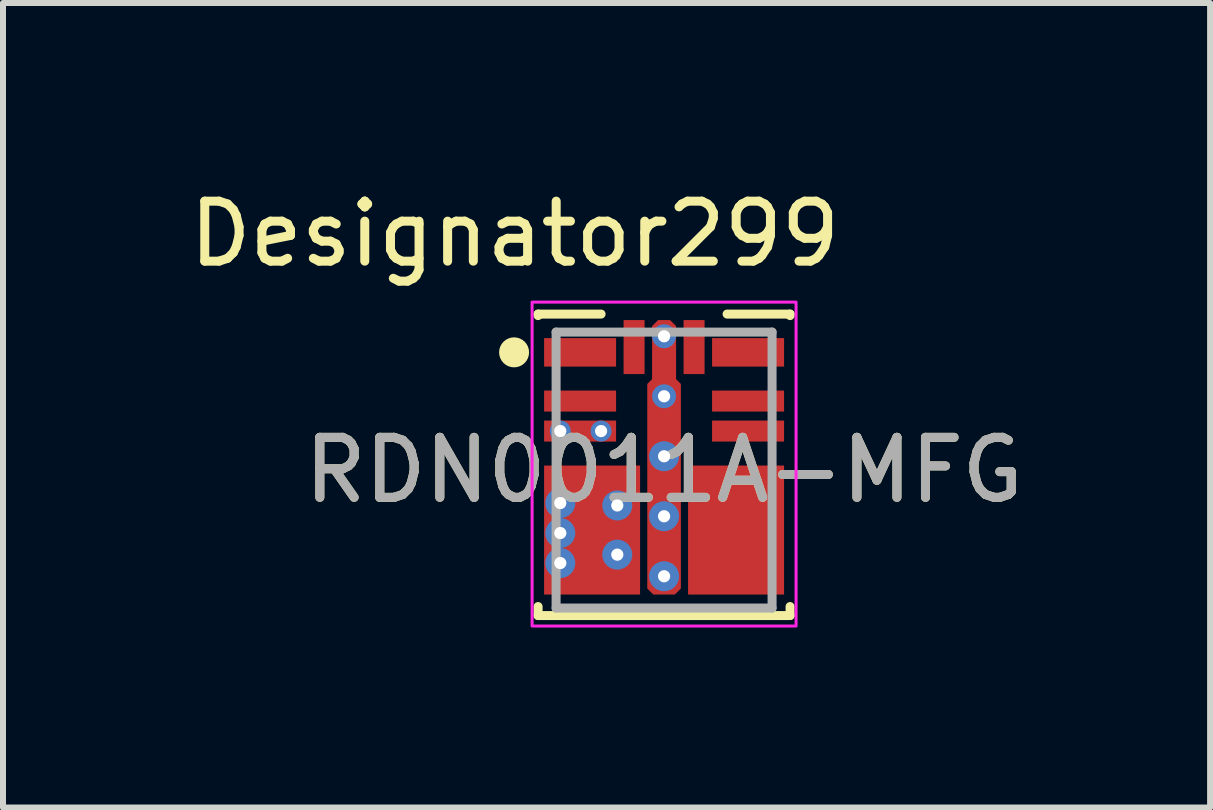
<source format=kicad_pcb>
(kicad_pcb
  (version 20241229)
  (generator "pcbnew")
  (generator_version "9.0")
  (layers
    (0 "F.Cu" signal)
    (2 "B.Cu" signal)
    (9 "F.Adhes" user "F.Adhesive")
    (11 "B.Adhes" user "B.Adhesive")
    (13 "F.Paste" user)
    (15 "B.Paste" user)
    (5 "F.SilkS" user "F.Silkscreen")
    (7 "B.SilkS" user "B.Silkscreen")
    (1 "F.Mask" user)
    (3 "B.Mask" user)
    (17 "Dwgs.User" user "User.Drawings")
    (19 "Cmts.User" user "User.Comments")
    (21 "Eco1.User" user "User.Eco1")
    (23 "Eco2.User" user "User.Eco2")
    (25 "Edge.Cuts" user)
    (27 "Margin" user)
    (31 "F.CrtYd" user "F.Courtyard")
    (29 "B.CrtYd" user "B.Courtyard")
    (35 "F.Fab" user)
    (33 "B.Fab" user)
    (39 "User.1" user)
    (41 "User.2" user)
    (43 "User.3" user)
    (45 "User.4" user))
  (footprint "RDN0011A-MFG"
    (layer "F.Cu")
    (at 8.019 4.785)
    (property "Reference" "RDN0011A-MFG" (at 0 0 0) (unlocked yes) (layer "F.SilkS") (effects (font (size 1 1) (thickness 0.15))))
    (attr through_hole)
    (fp_poly (pts (xy -1.95 -2.099) (xy -1.9 -2.15) (xy -0.9 -2.15) (xy -0.85 -2.099) (xy -0.85 -1.825) (xy -0.9 -1.774) (xy -1.9 -1.774) (xy -1.95 -1.825)) (stroke (width 0) (type solid)) (fill yes) (layer "F.Mask"))
    (fp_poly (pts (xy -1.9 -1.025) (xy -1.95 -1.075) (xy -1.95 -1.225) (xy -1.9 -1.275) (xy -0.9 -1.275) (xy -0.85 -1.225) (xy -0.85 -1.075) (xy -0.9 -1.025)) (stroke (width 0) (type solid)) (fill yes) (layer "F.Mask"))
    (fp_poly (pts (xy -0.9 -0.775) (xy -0.85 -0.725) (xy -0.85 -0.575) (xy -0.9 -0.525) (xy -1.9 -0.525) (xy -1.95 -0.575) (xy -1.95 -0.725) (xy -1.9 -0.775)) (stroke (width 0) (type solid)) (fill yes) (layer "F.Mask"))
    (fp_poly (pts (xy -0.425 -1.65) (xy -0.575 -1.65) (xy -0.625 -1.7) (xy -0.625 -2.4) (xy -0.575 -2.45) (xy -0.425 -2.45) (xy -0.375 -2.4) (xy -0.375 -1.7)) (stroke (width 0) (type solid)) (fill yes) (layer "F.Mask"))
    (fp_poly (pts (xy -0.15 -2.4) (xy -0.1 -2.45) (xy 0.1 -2.45) (xy 0.15 -2.4) (xy 0.15 -0.974) (xy 0.1 -0.924) (xy -0.1 -0.924) (xy -0.15 -0.974)) (stroke (width 0) (type solid)) (fill yes) (layer "F.Mask"))
    (fp_poly (pts (xy 0.575 -1.65) (xy 0.425 -1.65) (xy 0.375 -1.7) (xy 0.375 -2.4) (xy 0.425 -2.45) (xy 0.575 -2.45) (xy 0.625 -2.4) (xy 0.625 -1.7)) (stroke (width 0) (type solid)) (fill yes) (layer "F.Mask"))
    (fp_poly (pts (xy 0.85 -1.075) (xy 0.85 -1.225) (xy 0.9 -1.275) (xy 1.9 -1.275) (xy 1.95 -1.225) (xy 1.95 -1.075) (xy 1.9 -1.025) (xy 0.9 -1.025)) (stroke (width 0) (type solid)) (fill yes) (layer "F.Mask"))
    (fp_poly (pts (xy 0.85 -0.725) (xy 0.9 -0.775) (xy 1.9 -0.775) (xy 1.95 -0.725) (xy 1.95 -0.575) (xy 1.9 -0.525) (xy 0.9 -0.525) (xy 0.85 -0.575)) (stroke (width 0) (type solid)) (fill yes) (layer "F.Mask"))
    (fp_poly (pts (xy 1.95 -2.099) (xy 1.95 -1.825) (xy 1.9 -1.774) (xy 0.9 -1.774) (xy 0.85 -1.825) (xy 0.85 -2.099) (xy 0.9 -2.15) (xy 1.9 -2.15)) (stroke (width 0) (type solid)) (fill yes) (layer "F.Mask"))
    (fp_poly (pts (xy -0.5 2.025) (xy -0.45 1.975) (xy -0.45 0.025) (xy -0.5 -0.025) (xy -1.525 -0.025) (xy -1.575 0.025) (xy -1.575 0.125) (xy -1.625 0.175) (xy -1.9 0.175) (xy -1.95 0.225) (xy -1.95 0.375) (xy -1.9 0.425) (xy -1.625 0.425) (xy -1.575 0.475) (xy -1.575 0.625) (xy -1.625 0.675) (xy -1.9 0.675) (xy -1.95 0.725) (xy -1.95 0.875) (xy -1.9 0.925) (xy -1.625 0.925) (xy -1.575 0.975) (xy -1.575 1.125) (xy -1.625 1.175) (xy -1.9 1.175) (xy -1.95 1.225) (xy -1.95 1.375) (xy -1.9 1.425) (xy -1.625 1.425) (xy -1.575 1.475) (xy -1.575 1.625) (xy -1.625 1.675) (xy -1.9 1.675) (xy -1.95 1.725) (xy -1.95 1.875) (xy -1.9 1.925) (xy -1.625 1.925) (xy -1.575 1.975) (xy -1.575 1.975) (xy -1.525 2.025)) (stroke (width 0) (type solid)) (fill yes) (layer "F.Mask"))
    (fp_poly (pts (xy 0.5 2.025) (xy 0.45 1.975) (xy 0.45 0.025) (xy 0.5 -0.025) (xy 1.525 -0.025) (xy 1.575 0.025) (xy 1.575 0.125) (xy 1.625 0.175) (xy 1.9 0.175) (xy 1.95 0.225) (xy 1.95 0.375) (xy 1.9 0.425) (xy 1.625 0.425) (xy 1.575 0.475) (xy 1.575 0.625) (xy 1.625 0.675) (xy 1.9 0.675) (xy 1.95 0.725) (xy 1.95 0.875) (xy 1.9 0.925) (xy 1.625 0.925) (xy 1.575 0.975) (xy 1.575 1.125) (xy 1.625 1.175) (xy 1.9 1.175) (xy 1.95 1.225) (xy 1.95 1.375) (xy 1.9 1.425) (xy 1.625 1.425) (xy 1.575 1.475) (xy 1.575 1.625) (xy 1.625 1.675) (xy 1.9 1.675) (xy 1.95 1.725) (xy 1.95 1.875) (xy 1.9 1.925) (xy 1.625 1.925) (xy 1.575 1.975) (xy 1.575 1.975) (xy 1.525 2.025)) (stroke (width 0) (type solid)) (fill yes) (layer "F.Mask"))
    (fp_line (start -2.1 -2.6) (end -1.05 -2.6) (stroke (width 0.15) (type solid)) (layer "F.SilkS"))
    (fp_line (start -2.1 -2.575) (end -2.1 -2.6) (stroke (width 0.15) (type solid)) (layer "F.SilkS"))
    (fp_line (start -2.1 2.425) (end -2.1 2.275) (stroke (width 0.15) (type solid)) (layer "F.SilkS"))
    (fp_line (start -2.1 2.425) (end 2.1 2.425) (stroke (width 0.15) (type solid)) (layer "F.SilkS"))
    (fp_line (start 1.05 -2.6) (end 2.1 -2.6) (stroke (width 0.15) (type solid)) (layer "F.SilkS"))
    (fp_line (start 2.1 -2.575) (end 2.1 -2.6) (stroke (width 0.15) (type solid)) (layer "F.SilkS"))
    (fp_line (start 2.1 2.425) (end 2.1 2.275) (stroke (width 0.15) (type solid)) (layer "F.SilkS"))
    (fp_circle (center -2.5 -1.962) (end -2.375 -1.962) (stroke (width 0.25) (type solid)) (fill no) (layer "F.SilkS"))
    (fp_poly (pts (xy -1.95 -2.099) (xy -1.9 -2.15) (xy -0.9 -2.15) (xy -0.85 -2.099) (xy -0.85 -1.825) (xy -0.9 -1.774) (xy -1.9 -1.774) (xy -1.95 -1.825)) (stroke (width 0) (type solid)) (fill yes) (layer "F.Paste"))
    (fp_poly (pts (xy -1.9 -1.025) (xy -1.95 -1.075) (xy -1.95 -1.225) (xy -1.9 -1.275) (xy -0.9 -1.275) (xy -0.85 -1.225) (xy -0.85 -1.075) (xy -0.9 -1.025)) (stroke (width 0) (type solid)) (fill yes) (layer "F.Paste"))
    (fp_poly (pts (xy -1.575 0.225) (xy -1.575 0.375) (xy -1.625 0.425) (xy -1.9 0.425) (xy -1.95 0.375) (xy -1.95 0.225) (xy -1.9 0.175) (xy -1.625 0.175)) (stroke (width 0) (type solid)) (fill yes) (layer "F.Paste"))
    (fp_poly (pts (xy -1.575 0.725) (xy -1.575 0.875) (xy -1.625 0.925) (xy -1.9 0.925) (xy -1.95 0.875) (xy -1.95 0.725) (xy -1.9 0.675) (xy -1.625 0.675)) (stroke (width 0) (type solid)) (fill yes) (layer "F.Paste"))
    (fp_poly (pts (xy -1.575 1.225) (xy -1.575 1.375) (xy -1.625 1.425) (xy -1.9 1.425) (xy -1.95 1.375) (xy -1.95 1.225) (xy -1.9 1.175) (xy -1.625 1.175)) (stroke (width 0) (type solid)) (fill yes) (layer "F.Paste"))
    (fp_poly (pts (xy -1.575 1.725) (xy -1.575 1.875) (xy -1.625 1.925) (xy -1.9 1.925) (xy -1.95 1.875) (xy -1.95 1.725) (xy -1.9 1.675) (xy -1.625 1.675)) (stroke (width 0) (type solid)) (fill yes) (layer "F.Paste"))
    (fp_poly (pts (xy -1.38 0.443) (xy -1.38 0.028) (xy -1.33 -0.022) (xy -0.5 -0.022) (xy -0.45 0.028) (xy -0.45 0.443) (xy -0.5 0.493) (xy -1.33 0.493)) (stroke (width 0) (type solid)) (fill yes) (layer "F.Paste"))
    (fp_poly (pts (xy -1.33 1.31) (xy -1.38 1.26) (xy -1.38 0.74) (xy -1.33 0.69) (xy -0.5 0.69) (xy -0.45 0.74) (xy -0.45 1.26) (xy -0.5 1.31)) (stroke (width 0) (type solid)) (fill yes) (layer "F.Paste"))
    (fp_poly (pts (xy -1.33 1.512) (xy -0.5 1.512) (xy -0.45 1.562) (xy -0.45 1.977) (xy -0.5 2.027) (xy -1.33 2.027) (xy -1.38 1.977) (xy -1.38 1.562)) (stroke (width 0) (type solid)) (fill yes) (layer "F.Paste"))
    (fp_poly (pts (xy -0.9 -0.775) (xy -0.85 -0.725) (xy -0.85 -0.575) (xy -0.9 -0.525) (xy -1.9 -0.525) (xy -1.95 -0.575) (xy -1.95 -0.725) (xy -1.9 -0.775)) (stroke (width 0) (type solid)) (fill yes) (layer "F.Paste"))
    (fp_poly (pts (xy -0.425 -1.65) (xy -0.575 -1.65) (xy -0.625 -1.7) (xy -0.625 -2.4) (xy -0.575 -2.45) (xy -0.425 -2.45) (xy -0.375 -2.4) (xy -0.375 -1.7)) (stroke (width 0) (type solid)) (fill yes) (layer "F.Paste"))
    (fp_poly (pts (xy -0.15 -2.4) (xy -0.1 -2.45) (xy 0.1 -2.45) (xy 0.15 -2.4) (xy 0.15 -0.974) (xy 0.1 -0.924) (xy -0.1 -0.924) (xy -0.15 -0.974)) (stroke (width 0) (type solid)) (fill yes) (layer "F.Paste"))
    (fp_poly (pts (xy 0.45 1.26) (xy 0.45 0.74) (xy 0.5 0.69) (xy 1.33 0.69) (xy 1.38 0.74) (xy 1.38 1.26) (xy 1.33 1.31) (xy 0.5 1.31)) (stroke (width 0) (type solid)) (fill yes) (layer "F.Paste"))
    (fp_poly (pts (xy 0.575 -1.65) (xy 0.425 -1.65) (xy 0.375 -1.7) (xy 0.375 -2.4) (xy 0.425 -2.45) (xy 0.575 -2.45) (xy 0.625 -2.4) (xy 0.625 -1.7)) (stroke (width 0) (type solid)) (fill yes) (layer "F.Paste"))
    (fp_poly (pts (xy 0.85 -1.075) (xy 0.85 -1.225) (xy 0.9 -1.275) (xy 1.9 -1.275) (xy 1.95 -1.225) (xy 1.95 -1.075) (xy 1.9 -1.025) (xy 0.9 -1.025)) (stroke (width 0) (type solid)) (fill yes) (layer "F.Paste"))
    (fp_poly (pts (xy 0.85 -0.725) (xy 0.9 -0.775) (xy 1.9 -0.775) (xy 1.95 -0.725) (xy 1.95 -0.575) (xy 1.9 -0.525) (xy 0.9 -0.525) (xy 0.85 -0.575)) (stroke (width 0) (type solid)) (fill yes) (layer "F.Paste"))
    (fp_poly (pts (xy 1.33 0.493) (xy 0.5 0.493) (xy 0.45 0.443) (xy 0.45 0.028) (xy 0.5 -0.022) (xy 1.33 -0.022) (xy 1.38 0.028) (xy 1.38 0.443)) (stroke (width 0) (type solid)) (fill yes) (layer "F.Paste"))
    (fp_poly (pts (xy 1.38 1.562) (xy 1.38 1.977) (xy 1.33 2.027) (xy 0.5 2.027) (xy 0.45 1.977) (xy 0.45 1.562) (xy 0.5 1.512) (xy 1.33 1.512)) (stroke (width 0) (type solid)) (fill yes) (layer "F.Paste"))
    (fp_poly (pts (xy 1.95 0.225) (xy 1.95 0.375) (xy 1.9 0.425) (xy 1.625 0.425) (xy 1.575 0.375) (xy 1.575 0.225) (xy 1.625 0.175) (xy 1.9 0.175)) (stroke (width 0) (type solid)) (fill yes) (layer "F.Paste"))
    (fp_poly (pts (xy 1.95 0.725) (xy 1.95 0.875) (xy 1.9 0.925) (xy 1.625 0.925) (xy 1.575 0.875) (xy 1.575 0.725) (xy 1.625 0.675) (xy 1.9 0.675)) (stroke (width 0) (type solid)) (fill yes) (layer "F.Paste"))
    (fp_poly (pts (xy 1.95 1.225) (xy 1.95 1.375) (xy 1.9 1.425) (xy 1.625 1.425) (xy 1.575 1.375) (xy 1.575 1.225) (xy 1.625 1.175) (xy 1.9 1.175)) (stroke (width 0) (type solid)) (fill yes) (layer "F.Paste"))
    (fp_poly (pts (xy 1.95 1.725) (xy 1.95 1.875) (xy 1.9 1.925) (xy 1.625 1.925) (xy 1.575 1.875) (xy 1.575 1.725) (xy 1.625 1.675) (xy 1.9 1.675)) (stroke (width 0) (type solid)) (fill yes) (layer "F.Paste"))
    (fp_poly (pts (xy 1.95 -2.099) (xy 1.95 -1.825) (xy 1.9 -1.774) (xy 0.9 -1.774) (xy 0.85 -1.825) (xy 0.85 -2.099) (xy 0.9 -2.15) (xy 1.9 -2.15)) (stroke (width 0) (type solid)) (fill yes) (layer "F.Paste"))
    (fp_rect (start -2.2 -2.8) (end 2.2 2.6) (stroke (width 0.05) (type default)) (fill no) (layer "F.CrtYd"))
    (fp_line (start -1.8 -2.3) (end 1.8 -2.3) (stroke (width 0.15) (type solid)) (layer "F.Fab"))
    (fp_line (start -1.8 2.3) (end -1.8 -2.3) (stroke (width 0.15) (type solid)) (layer "F.Fab"))
    (fp_line (start -1.8 2.3) (end 1.8 2.3) (stroke (width 0.15) (type solid)) (layer "F.Fab"))
    (fp_line (start 1.8 2.3) (end 1.8 -2.3) (stroke (width 0.15) (type solid)) (layer "F.Fab"))
    (fp_text user "Designator299" (at -2.489 -3.937 0) (unlocked yes) (layer "F.SilkS") (effects (font (size 1 1) (thickness 0.15))))
    (fp_text user "${REFERENCE}" (at 0 0 0) (unlocked yes) (layer "F.Fab") (effects (font (size 1 1) (thickness 0.15))))
    (pad "1" smd rect (at -1.4 -1.962) (size 1.2 0.475) (layers "F.Cu"))
    (pad "2" smd rect (at -1.4 -1.15) (size 1.2 0.35) (layers "F.Cu"))
    (pad "3" thru_hole circle (at -1.73 -0.65) (size 0.35 0.35) (drill 0.203) (layers "*.Cu" "*.Mask"))
    (pad "3" smd rect (at -1.4 -0.65) (size 1.2 0.35) (layers "F.Cu"))
    (pad "3" thru_hole circle (at -1.05 -0.65) (size 0.35 0.35) (drill 0.203) (layers "*.Cu" "*.Mask"))
    (pad "4" thru_hole circle (at -1.73 0.55) (size 0.5 0.5) (drill 0.203) (layers "*.Cu" "*.Mask"))
    (pad "4" thru_hole circle (at -1.73 1.05) (size 0.5 0.5) (drill 0.203) (layers "*.Cu" "*.Mask"))
    (pad "4" thru_hole circle (at -1.73 1.55) (size 0.5 0.5) (drill 0.203) (layers "*.Cu" "*.Mask"))
    (pad "4" smd rect (at -1.2 1) (size 1.6 2.15) (layers "F.Cu"))
    (pad "4" thru_hole circle (at -0.78 0.59) (size 0.5 0.5) (drill 0.203) (layers "*.Cu" "*.Mask"))
    (pad "4" thru_hole circle (at -0.78 1.41) (size 0.5 0.5) (drill 0.203) (layers "*.Cu" "*.Mask"))
    (pad "5" smd rect (at 1.2 1) (size 1.6 2.15) (layers "F.Cu"))
    (pad "6" smd rect (at 1.4 -0.65) (size 1.2 0.35) (layers "F.Cu"))
    (pad "7" smd rect (at 1.4 -1.15) (size 1.2 0.35) (layers "F.Cu"))
    (pad "8" smd rect (at 1.4 -1.962) (size 1.2 0.475) (layers "F.Cu"))
    (pad "9" smd rect (at 0.5 -2.05) (size 0.35 0.9) (layers "F.Cu"))
    (pad "10" thru_hole circle (at 0 -2.23) (size 0.4 0.4) (drill 0.203) (layers "*.Cu" "*.Mask"))
    (pad "10" thru_hole circle (at 0 -1.23) (size 0.4 0.4) (drill 0.203) (layers "*.Cu" "*.Mask"))
    (pad "10" smd custom (at 0 -1.005) (size 0.504 0.504) (layers "F.Cu") (options (anchor circle)) (primitives (gr_poly (pts (xy -0.2 -1.395) (xy -0.1 -1.495) (xy 0.1 -1.495) (xy 0.2 -1.395) (xy 0.2 -0.51) (xy 0.24 -0.47) (xy 0.24 -0.47) (xy 0.28 -0.43) (xy 0.28 2.98) (xy 0.18 3.08) (xy -0.18 3.08) (xy -0.28 2.98) (xy -0.28 -0.43) (xy -0.24 -0.47) (xy -0.24 -0.47) (xy -0.2 -0.51)) (width 0) (fill yes))))
    (pad "10" thru_hole circle (at 0 -0.23) (size 0.5 0.5) (drill 0.203) (layers "*.Cu" "*.Mask"))
    (pad "10" thru_hole circle (at 0 0.77) (size 0.5 0.5) (drill 0.203) (layers "*.Cu" "*.Mask"))
    (pad "10" thru_hole circle (at 0 1.77) (size 0.5 0.5) (drill 0.203) (layers "*.Cu" "*.Mask"))
    (pad "11" smd rect (at -0.5 -2.05) (size 0.35 0.9) (layers "F.Cu")))
  (gr_rect
    (start -3 -3)
    (end 17.12 10.41)
    (stroke (width 0.1) (type default))
    (fill no)
    (layer "Edge.Cuts")))
</source>
